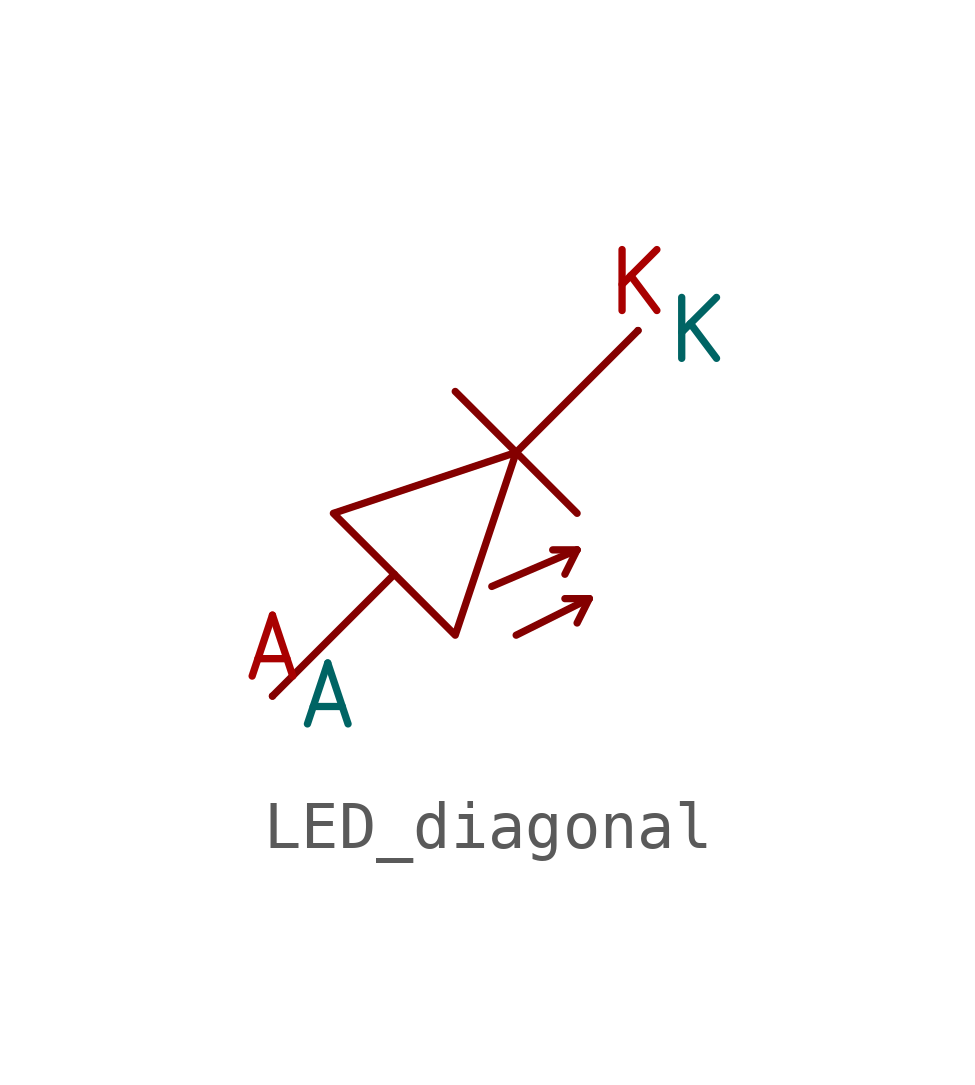
<source format=kicad_sym>
(kicad_symbol_lib
  (version 20210619)
  (generator kicad_symbol_editor)
  (symbol "subway_led_panel_reversing:LED_diagonal"
    (property "Reference" "D"
      (at 0 -5.08 0)
      (effects (font (size 1.27 1.27)) hide))
    (symbol "LED_diagonal_0_1"
      (polyline (pts (xy -3.81 -3.81) (xy -1.27 -1.27)) (stroke (width 0.152)) (fill (type none)))
      (polyline (pts (xy 0 2.54) (xy 2.54 0)) (stroke (width 0.152)) (fill (type none)))
      (polyline (pts (xy 0.762 -1.524) (xy 2.54 -0.762)) (stroke (width 0.152)) (fill (type none)))
      (polyline (pts (xy 1.27 -2.54) (xy 2.794 -1.778)) (stroke (width 0.152)) (fill (type none)))
      (polyline (pts (xy 2.032 -0.762) (xy 2.54 -0.762)) (stroke (width 0.152)) (fill (type none)))
      (polyline (pts (xy 2.54 -0.762) (xy 2.286 -1.27)) (stroke (width 0.152)) (fill (type none)))
      (polyline (pts (xy 2.794 -1.778) (xy 2.286 -1.778)) (stroke (width 0.152)) (fill (type none)))
      (polyline (pts (xy 2.794 -1.778) (xy 2.54 -2.286)) (stroke (width 0.152)) (fill (type none)))
      (polyline (pts (xy 3.81 3.81) (xy 1.27 1.27)) (stroke (width 0.152)) (fill (type none)))
      (polyline (pts (xy -2.54 0) (xy 0 -2.54) (xy 1.27 1.27) (xy -2.54 0)) (stroke (width 0.152)) (fill (type none))))
    (symbol "LED_diagonal_1_1"
      (pin unspecified line (at -3.81 -3.81 0) (length 0) (name "A" (effects (font (size 1.27 1.27)))) (number "A" (effects (font (size 1.27 1.27)))))
      (pin unspecified line (at 3.81 3.81 0) (length 0) (name "K" (effects (font (size 1.27 1.27)))) (number "K" (effects (font (size 1.27 1.27))))))))
</source>
